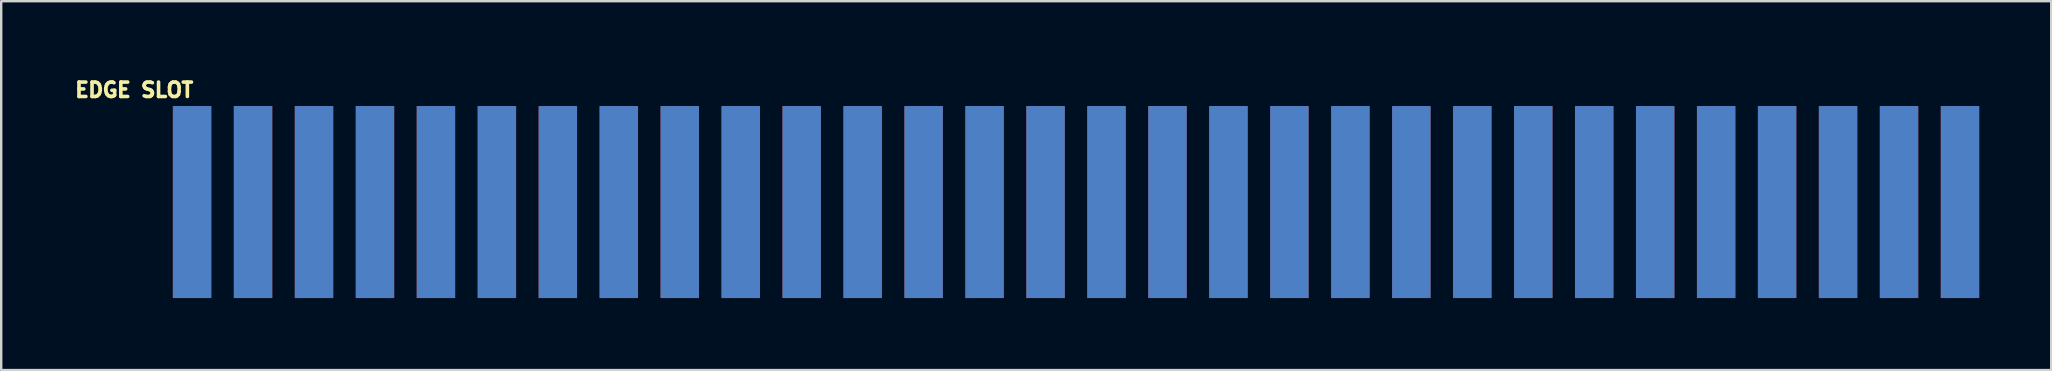
<source format=kicad_pcb>
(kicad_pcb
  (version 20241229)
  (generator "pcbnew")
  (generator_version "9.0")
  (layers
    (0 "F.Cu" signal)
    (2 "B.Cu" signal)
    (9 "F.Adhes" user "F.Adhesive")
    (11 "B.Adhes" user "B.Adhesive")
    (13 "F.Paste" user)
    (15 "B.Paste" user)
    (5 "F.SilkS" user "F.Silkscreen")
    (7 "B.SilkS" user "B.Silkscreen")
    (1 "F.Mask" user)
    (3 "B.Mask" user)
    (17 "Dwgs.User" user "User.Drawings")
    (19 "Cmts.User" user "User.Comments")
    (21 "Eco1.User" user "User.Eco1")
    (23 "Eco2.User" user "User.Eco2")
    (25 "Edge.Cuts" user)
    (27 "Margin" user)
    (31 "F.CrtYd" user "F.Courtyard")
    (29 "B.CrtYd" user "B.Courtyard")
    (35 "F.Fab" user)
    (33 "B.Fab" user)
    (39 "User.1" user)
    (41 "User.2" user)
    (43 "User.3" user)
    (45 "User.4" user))
  (footprint "EDGE SLOT"
    (layer "F.Cu")
    (at 4.953 1.558)
    (property "Reference" "EDGE SLOT" (at -4.953 -0.508 0) (unlocked yes) (layer "F.SilkS") (effects (font (size 0.6 0.6) (thickness 0.152)) (justify left bottom)))
    (pad "a1" smd rect (at 0 3.81) (size 1.6 8) (layers "F.Cu" "F.Mask" "F.Paste"))
    (pad "a2" smd rect (at 2.54 3.81) (size 1.6 8) (layers "F.Cu" "F.Mask" "F.Paste"))
    (pad "a3" smd rect (at 5.08 3.81) (size 1.6 8) (layers "F.Cu" "F.Mask" "F.Paste"))
    (pad "a4" smd rect (at 7.62 3.81) (size 1.6 8) (layers "F.Cu" "F.Mask" "F.Paste"))
    (pad "a5" smd rect (at 10.16 3.81) (size 1.6 8) (layers "F.Cu" "F.Mask" "F.Paste"))
    (pad "a6" smd rect (at 12.7 3.81) (size 1.6 8) (layers "F.Cu" "F.Mask" "F.Paste"))
    (pad "a7" smd rect (at 15.24 3.81) (size 1.6 8) (layers "F.Cu" "F.Mask" "F.Paste"))
    (pad "a8" smd rect (at 17.78 3.81) (size 1.6 8) (layers "F.Cu" "F.Mask" "F.Paste"))
    (pad "a9" smd rect (at 20.32 3.81) (size 1.6 8) (layers "F.Cu" "F.Mask" "F.Paste"))
    (pad "a10" smd rect (at 22.86 3.81) (size 1.6 8) (layers "F.Cu" "F.Mask" "F.Paste"))
    (pad "a11" smd rect (at 25.4 3.81) (size 1.6 8) (layers "F.Cu" "F.Mask" "F.Paste"))
    (pad "a12" smd rect (at 27.94 3.81) (size 1.6 8) (layers "F.Cu" "F.Mask" "F.Paste"))
    (pad "a13" smd rect (at 30.48 3.81) (size 1.6 8) (layers "F.Cu" "F.Mask" "F.Paste"))
    (pad "a14" smd rect (at 33.02 3.81) (size 1.6 8) (layers "F.Cu" "F.Mask" "F.Paste"))
    (pad "a15" smd rect (at 35.56 3.81) (size 1.6 8) (layers "F.Cu" "F.Mask" "F.Paste"))
    (pad "a16" smd rect (at 38.1 3.81) (size 1.6 8) (layers "F.Cu" "F.Mask" "F.Paste"))
    (pad "a17" smd rect (at 40.64 3.81) (size 1.6 8) (layers "F.Cu" "F.Mask" "F.Paste"))
    (pad "a18" smd rect (at 43.18 3.81) (size 1.6 8) (layers "F.Cu" "F.Mask" "F.Paste"))
    (pad "a19" smd rect (at 45.72 3.81) (size 1.6 8) (layers "F.Cu" "F.Mask" "F.Paste"))
    (pad "a20" smd rect (at 48.26 3.81) (size 1.6 8) (layers "F.Cu" "F.Mask" "F.Paste"))
    (pad "a21" smd rect (at 50.8 3.81) (size 1.6 8) (layers "F.Cu" "F.Mask" "F.Paste"))
    (pad "a22" smd rect (at 53.34 3.81) (size 1.6 8) (layers "F.Cu" "F.Mask" "F.Paste"))
    (pad "a23" smd rect (at 55.88 3.81) (size 1.6 8) (layers "F.Cu" "F.Mask" "F.Paste"))
    (pad "a24" smd rect (at 58.42 3.81) (size 1.6 8) (layers "F.Cu" "F.Mask" "F.Paste"))
    (pad "a25" smd rect (at 60.96 3.81) (size 1.6 8) (layers "F.Cu" "F.Mask" "F.Paste"))
    (pad "a26" smd rect (at 63.5 3.81) (size 1.6 8) (layers "F.Cu" "F.Mask" "F.Paste"))
    (pad "a27" smd rect (at 66.04 3.81) (size 1.6 8) (layers "F.Cu" "F.Mask" "F.Paste"))
    (pad "a28" smd rect (at 68.58 3.81) (size 1.6 8) (layers "F.Cu" "F.Mask" "F.Paste"))
    (pad "a29" smd rect (at 71.12 3.81) (size 1.6 8) (layers "F.Cu" "F.Mask" "F.Paste"))
    (pad "a30" smd rect (at 73.66 3.81) (size 1.6 8) (layers "F.Cu" "F.Mask" "F.Paste"))
    (pad "b1" smd rect (at 0 3.81) (size 1.6 8) (layers "B.Cu" "B.Mask" "B.Paste"))
    (pad "b2" smd rect (at 2.54 3.81) (size 1.6 8) (layers "B.Cu" "B.Mask" "B.Paste"))
    (pad "b3" smd rect (at 5.08 3.81) (size 1.6 8) (layers "B.Cu" "B.Mask" "B.Paste"))
    (pad "b4" smd rect (at 7.62 3.81) (size 1.6 8) (layers "B.Cu" "B.Mask" "B.Paste"))
    (pad "b5" smd rect (at 10.16 3.81) (size 1.6 8) (layers "B.Cu" "B.Mask" "B.Paste"))
    (pad "b6" smd rect (at 12.7 3.81) (size 1.6 8) (layers "B.Cu" "B.Mask" "B.Paste"))
    (pad "b7" smd rect (at 15.24 3.81) (size 1.6 8) (layers "B.Cu" "B.Mask" "B.Paste"))
    (pad "b8" smd rect (at 17.78 3.81) (size 1.6 8) (layers "B.Cu" "B.Mask" "B.Paste"))
    (pad "b9" smd rect (at 20.32 3.81) (size 1.6 8) (layers "B.Cu" "B.Mask" "B.Paste"))
    (pad "b10" smd rect (at 22.86 3.81) (size 1.6 8) (layers "B.Cu" "B.Mask" "B.Paste"))
    (pad "b11" smd rect (at 25.4 3.81) (size 1.6 8) (layers "B.Cu" "B.Mask" "B.Paste"))
    (pad "b12" smd rect (at 27.94 3.81) (size 1.6 8) (layers "B.Cu" "B.Mask" "B.Paste"))
    (pad "b13" smd rect (at 30.48 3.81) (size 1.6 8) (layers "B.Cu" "B.Mask" "B.Paste"))
    (pad "b14" smd rect (at 33.02 3.81) (size 1.6 8) (layers "B.Cu" "B.Mask" "B.Paste"))
    (pad "b15" smd rect (at 35.56 3.81) (size 1.6 8) (layers "B.Cu" "B.Mask" "B.Paste"))
    (pad "b16" smd rect (at 38.1 3.81) (size 1.6 8) (layers "B.Cu" "B.Mask" "B.Paste"))
    (pad "b17" smd rect (at 40.64 3.81) (size 1.6 8) (layers "B.Cu" "B.Mask" "B.Paste"))
    (pad "b18" smd rect (at 43.18 3.81) (size 1.6 8) (layers "B.Cu" "B.Mask" "B.Paste"))
    (pad "b19" smd rect (at 45.72 3.81) (size 1.6 8) (layers "B.Cu" "B.Mask" "B.Paste"))
    (pad "b20" smd rect (at 48.26 3.81) (size 1.6 8) (layers "B.Cu" "B.Mask" "B.Paste"))
    (pad "b21" smd rect (at 50.8 3.81) (size 1.6 8) (layers "B.Cu" "B.Mask" "B.Paste"))
    (pad "b22" smd rect (at 53.34 3.81) (size 1.6 8) (layers "B.Cu" "B.Mask" "B.Paste"))
    (pad "b23" smd rect (at 55.88 3.81) (size 1.6 8) (layers "B.Cu" "B.Mask" "B.Paste"))
    (pad "b24" smd rect (at 58.42 3.81) (size 1.6 8) (layers "B.Cu" "B.Mask" "B.Paste"))
    (pad "b25" smd rect (at 60.96 3.81) (size 1.6 8) (layers "B.Cu" "B.Mask" "B.Paste"))
    (pad "b26" smd rect (at 63.5 3.81) (size 1.6 8) (layers "B.Cu" "B.Mask" "B.Paste"))
    (pad "b27" smd rect (at 66.04 3.81) (size 1.6 8) (layers "B.Cu" "B.Mask" "B.Paste"))
    (pad "b28" smd rect (at 68.58 3.81) (size 1.6 8) (layers "B.Cu" "B.Mask" "B.Paste"))
    (pad "b29" smd rect (at 71.12 3.81) (size 1.6 8) (layers "B.Cu" "B.Mask" "B.Paste"))
    (pad "b30" smd rect (at 73.66 3.81) (size 1.6 8) (layers "B.Cu" "B.Mask" "B.Paste")))
  (gr_rect
    (start -3 -3)
    (end 82.413 12.368)
    (stroke (width 0.1) (type default))
    (fill no)
    (layer "Edge.Cuts")))
</source>
